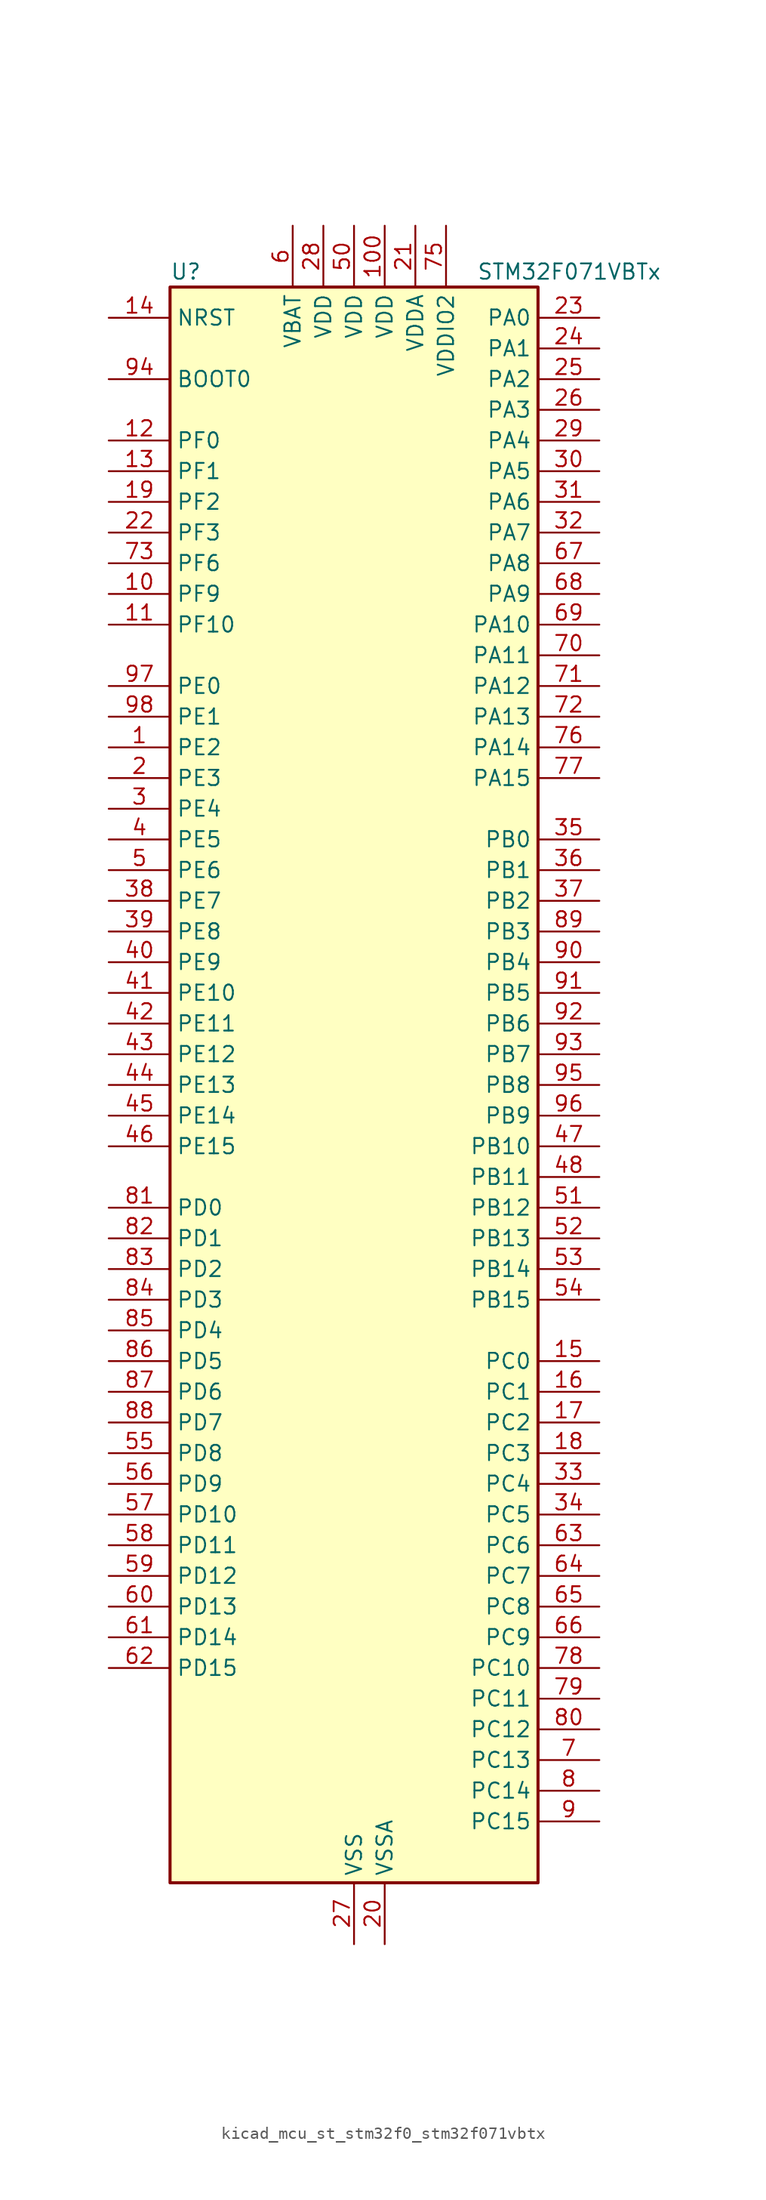
<source format=kicad_sym>
(kicad_symbol_lib
  (version 20220914)
  (generator kicad_symbol_editor)
  (symbol "kicad_mcu_st_stm32f0_stm32f071vbtx"
    (property "Reference" "U"
      (at -15.24 67.31 0)
      (effects (font (size 1.27 1.27)) (justify left)))
    (property "Value" "STM32F071VBTx"
      (at 10.16 67.31 0)
      (effects (font (size 1.27 1.27)) (justify left)))
    (property "ki_locked" ""
      (at 0 0 0)
      (effects (font (size 1.27 1.27))))
    (symbol "kicad_mcu_st_stm32f0_stm32f071vbtx_0_1"
      (rectangle (start -15.24 -66.04) (end 15.24 66.04) (stroke (width 0.254) (type default)) (fill (type background))))
    (symbol "kicad_mcu_st_stm32f0_stm32f071vbtx_1_1"
      (pin bidirectional line (at -20.32 27.94 0) (length 5.08) (name "PE2" (effects (font (size 1.27 1.27)))) (number "1" (effects (font (size 1.27 1.27)))) (alternate "TIM3_ETR" bidirectional line) (alternate "TSC_G7_IO1" bidirectional line))
      (pin bidirectional line (at -20.32 40.64 0) (length 5.08) (name "PF9" (effects (font (size 1.27 1.27)))) (number "10" (effects (font (size 1.27 1.27)))) (alternate "DAC_EXTI9" bidirectional line) (alternate "TIM15_CH1" bidirectional line))
      (pin power_in line (at 2.54 71.12 270) (length 5.08) (name "VDD" (effects (font (size 1.27 1.27)))) (number "100" (effects (font (size 1.27 1.27)))))
      (pin bidirectional line (at -20.32 38.1 0) (length 5.08) (name "PF10" (effects (font (size 1.27 1.27)))) (number "11" (effects (font (size 1.27 1.27)))) (alternate "TIM15_CH2" bidirectional line))
      (pin bidirectional line (at -20.32 53.34 0) (length 5.08) (name "PF0" (effects (font (size 1.27 1.27)))) (number "12" (effects (font (size 1.27 1.27)))) (alternate "CRS_SYNC" bidirectional line) (alternate "RCC_OSC_IN" bidirectional line))
      (pin bidirectional line (at -20.32 50.8 0) (length 5.08) (name "PF1" (effects (font (size 1.27 1.27)))) (number "13" (effects (font (size 1.27 1.27)))) (alternate "RCC_OSC_OUT" bidirectional line))
      (pin input line (at -20.32 63.5 0) (length 5.08) (name "NRST" (effects (font (size 1.27 1.27)))) (number "14" (effects (font (size 1.27 1.27)))))
      (pin bidirectional line (at 20.32 -22.86 180) (length 5.08) (name "PC0" (effects (font (size 1.27 1.27)))) (number "15" (effects (font (size 1.27 1.27)))) (alternate "ADC_IN10" bidirectional line))
      (pin bidirectional line (at 20.32 -25.4 180) (length 5.08) (name "PC1" (effects (font (size 1.27 1.27)))) (number "16" (effects (font (size 1.27 1.27)))) (alternate "ADC_IN11" bidirectional line))
      (pin bidirectional line (at 20.32 -27.94 180) (length 5.08) (name "PC2" (effects (font (size 1.27 1.27)))) (number "17" (effects (font (size 1.27 1.27)))) (alternate "ADC_IN12" bidirectional line) (alternate "I2S2_MCK" bidirectional line) (alternate "SPI2_MISO" bidirectional line))
      (pin bidirectional line (at 20.32 -30.48 180) (length 5.08) (name "PC3" (effects (font (size 1.27 1.27)))) (number "18" (effects (font (size 1.27 1.27)))) (alternate "ADC_IN13" bidirectional line) (alternate "I2S2_SD" bidirectional line) (alternate "SPI2_MOSI" bidirectional line))
      (pin bidirectional line (at -20.32 48.26 0) (length 5.08) (name "PF2" (effects (font (size 1.27 1.27)))) (number "19" (effects (font (size 1.27 1.27)))) (alternate "SYS_WKUP8" bidirectional line))
      (pin bidirectional line (at -20.32 25.4 0) (length 5.08) (name "PE3" (effects (font (size 1.27 1.27)))) (number "2" (effects (font (size 1.27 1.27)))) (alternate "TIM3_CH1" bidirectional line) (alternate "TSC_G7_IO2" bidirectional line))
      (pin power_in line (at 2.54 -71.12 90) (length 5.08) (name "VSSA" (effects (font (size 1.27 1.27)))) (number "20" (effects (font (size 1.27 1.27)))))
      (pin power_in line (at 5.08 71.12 270) (length 5.08) (name "VDDA" (effects (font (size 1.27 1.27)))) (number "21" (effects (font (size 1.27 1.27)))))
      (pin bidirectional line (at -20.32 45.72 0) (length 5.08) (name "PF3" (effects (font (size 1.27 1.27)))) (number "22" (effects (font (size 1.27 1.27)))))
      (pin bidirectional line (at 20.32 63.5 180) (length 5.08) (name "PA0" (effects (font (size 1.27 1.27)))) (number "23" (effects (font (size 1.27 1.27)))) (alternate "ADC_IN0" bidirectional line) (alternate "COMP1_INM" bidirectional line) (alternate "COMP1_OUT" bidirectional line) (alternate "RTC_TAMP2" bidirectional line) (alternate "SYS_WKUP1" bidirectional line) (alternate "TIM2_CH1" bidirectional line) (alternate "TIM2_ETR" bidirectional line) (alternate "TSC_G1_IO1" bidirectional line) (alternate "USART2_CTS" bidirectional line) (alternate "USART4_TX" bidirectional line))
      (pin bidirectional line (at 20.32 60.96 180) (length 5.08) (name "PA1" (effects (font (size 1.27 1.27)))) (number "24" (effects (font (size 1.27 1.27)))) (alternate "ADC_IN1" bidirectional line) (alternate "COMP1_INP" bidirectional line) (alternate "TIM15_CH1N" bidirectional line) (alternate "TIM2_CH2" bidirectional line) (alternate "TSC_G1_IO2" bidirectional line) (alternate "USART2_DE" bidirectional line) (alternate "USART2_RTS" bidirectional line) (alternate "USART4_RX" bidirectional line))
      (pin bidirectional line (at 20.32 58.42 180) (length 5.08) (name "PA2" (effects (font (size 1.27 1.27)))) (number "25" (effects (font (size 1.27 1.27)))) (alternate "ADC_IN2" bidirectional line) (alternate "COMP2_INM" bidirectional line) (alternate "COMP2_OUT" bidirectional line) (alternate "SYS_WKUP4" bidirectional line) (alternate "TIM15_CH1" bidirectional line) (alternate "TIM2_CH3" bidirectional line) (alternate "TSC_G1_IO3" bidirectional line) (alternate "USART2_TX" bidirectional line))
      (pin bidirectional line (at 20.32 55.88 180) (length 5.08) (name "PA3" (effects (font (size 1.27 1.27)))) (number "26" (effects (font (size 1.27 1.27)))) (alternate "ADC_IN3" bidirectional line) (alternate "COMP2_INP" bidirectional line) (alternate "TIM15_CH2" bidirectional line) (alternate "TIM2_CH4" bidirectional line) (alternate "TSC_G1_IO4" bidirectional line) (alternate "USART2_RX" bidirectional line))
      (pin power_in line (at 0 -71.12 90) (length 5.08) (name "VSS" (effects (font (size 1.27 1.27)))) (number "27" (effects (font (size 1.27 1.27)))))
      (pin power_in line (at -2.54 71.12 270) (length 5.08) (name "VDD" (effects (font (size 1.27 1.27)))) (number "28" (effects (font (size 1.27 1.27)))))
      (pin bidirectional line (at 20.32 53.34 180) (length 5.08) (name "PA4" (effects (font (size 1.27 1.27)))) (number "29" (effects (font (size 1.27 1.27)))) (alternate "ADC_IN4" bidirectional line) (alternate "COMP1_INM" bidirectional line) (alternate "COMP2_INM" bidirectional line) (alternate "DAC_OUT1" bidirectional line) (alternate "I2S1_WS" bidirectional line) (alternate "SPI1_NSS" bidirectional line) (alternate "TIM14_CH1" bidirectional line) (alternate "TSC_G2_IO1" bidirectional line) (alternate "USART2_CK" bidirectional line))
      (pin bidirectional line (at -20.32 22.86 0) (length 5.08) (name "PE4" (effects (font (size 1.27 1.27)))) (number "3" (effects (font (size 1.27 1.27)))) (alternate "TIM3_CH2" bidirectional line) (alternate "TSC_G7_IO3" bidirectional line))
      (pin bidirectional line (at 20.32 50.8 180) (length 5.08) (name "PA5" (effects (font (size 1.27 1.27)))) (number "30" (effects (font (size 1.27 1.27)))) (alternate "ADC_IN5" bidirectional line) (alternate "CEC" bidirectional line) (alternate "COMP1_INM" bidirectional line) (alternate "COMP2_INM" bidirectional line) (alternate "DAC_OUT2" bidirectional line) (alternate "I2S1_CK" bidirectional line) (alternate "SPI1_SCK" bidirectional line) (alternate "TIM2_CH1" bidirectional line) (alternate "TIM2_ETR" bidirectional line) (alternate "TSC_G2_IO2" bidirectional line))
      (pin bidirectional line (at 20.32 48.26 180) (length 5.08) (name "PA6" (effects (font (size 1.27 1.27)))) (number "31" (effects (font (size 1.27 1.27)))) (alternate "ADC_IN6" bidirectional line) (alternate "COMP1_OUT" bidirectional line) (alternate "I2S1_MCK" bidirectional line) (alternate "SPI1_MISO" bidirectional line) (alternate "TIM16_CH1" bidirectional line) (alternate "TIM1_BKIN" bidirectional line) (alternate "TIM3_CH1" bidirectional line) (alternate "TSC_G2_IO3" bidirectional line) (alternate "USART3_CTS" bidirectional line))
      (pin bidirectional line (at 20.32 45.72 180) (length 5.08) (name "PA7" (effects (font (size 1.27 1.27)))) (number "32" (effects (font (size 1.27 1.27)))) (alternate "ADC_IN7" bidirectional line) (alternate "COMP2_OUT" bidirectional line) (alternate "I2S1_SD" bidirectional line) (alternate "SPI1_MOSI" bidirectional line) (alternate "TIM14_CH1" bidirectional line) (alternate "TIM17_CH1" bidirectional line) (alternate "TIM1_CH1N" bidirectional line) (alternate "TIM3_CH2" bidirectional line) (alternate "TSC_G2_IO4" bidirectional line))
      (pin bidirectional line (at 20.32 -33.02 180) (length 5.08) (name "PC4" (effects (font (size 1.27 1.27)))) (number "33" (effects (font (size 1.27 1.27)))) (alternate "ADC_IN14" bidirectional line) (alternate "USART3_TX" bidirectional line))
      (pin bidirectional line (at 20.32 -35.56 180) (length 5.08) (name "PC5" (effects (font (size 1.27 1.27)))) (number "34" (effects (font (size 1.27 1.27)))) (alternate "ADC_IN15" bidirectional line) (alternate "SYS_WKUP5" bidirectional line) (alternate "TSC_G3_IO1" bidirectional line) (alternate "USART3_RX" bidirectional line))
      (pin bidirectional line (at 20.32 20.32 180) (length 5.08) (name "PB0" (effects (font (size 1.27 1.27)))) (number "35" (effects (font (size 1.27 1.27)))) (alternate "ADC_IN8" bidirectional line) (alternate "TIM1_CH2N" bidirectional line) (alternate "TIM3_CH3" bidirectional line) (alternate "TSC_G3_IO2" bidirectional line) (alternate "USART3_CK" bidirectional line))
      (pin bidirectional line (at 20.32 17.78 180) (length 5.08) (name "PB1" (effects (font (size 1.27 1.27)))) (number "36" (effects (font (size 1.27 1.27)))) (alternate "ADC_IN9" bidirectional line) (alternate "TIM14_CH1" bidirectional line) (alternate "TIM1_CH3N" bidirectional line) (alternate "TIM3_CH4" bidirectional line) (alternate "TSC_G3_IO3" bidirectional line) (alternate "USART3_DE" bidirectional line) (alternate "USART3_RTS" bidirectional line))
      (pin bidirectional line (at 20.32 15.24 180) (length 5.08) (name "PB2" (effects (font (size 1.27 1.27)))) (number "37" (effects (font (size 1.27 1.27)))) (alternate "TSC_G3_IO4" bidirectional line))
      (pin bidirectional line (at -20.32 15.24 0) (length 5.08) (name "PE7" (effects (font (size 1.27 1.27)))) (number "38" (effects (font (size 1.27 1.27)))) (alternate "TIM1_ETR" bidirectional line))
      (pin bidirectional line (at -20.32 12.7 0) (length 5.08) (name "PE8" (effects (font (size 1.27 1.27)))) (number "39" (effects (font (size 1.27 1.27)))) (alternate "TIM1_CH1N" bidirectional line))
      (pin bidirectional line (at -20.32 20.32 0) (length 5.08) (name "PE5" (effects (font (size 1.27 1.27)))) (number "4" (effects (font (size 1.27 1.27)))) (alternate "TIM3_CH3" bidirectional line) (alternate "TSC_G7_IO4" bidirectional line))
      (pin bidirectional line (at -20.32 10.16 0) (length 5.08) (name "PE9" (effects (font (size 1.27 1.27)))) (number "40" (effects (font (size 1.27 1.27)))) (alternate "DAC_EXTI9" bidirectional line) (alternate "TIM1_CH1" bidirectional line))
      (pin bidirectional line (at -20.32 7.62 0) (length 5.08) (name "PE10" (effects (font (size 1.27 1.27)))) (number "41" (effects (font (size 1.27 1.27)))) (alternate "TIM1_CH2N" bidirectional line))
      (pin bidirectional line (at -20.32 5.08 0) (length 5.08) (name "PE11" (effects (font (size 1.27 1.27)))) (number "42" (effects (font (size 1.27 1.27)))) (alternate "TIM1_CH2" bidirectional line))
      (pin bidirectional line (at -20.32 2.54 0) (length 5.08) (name "PE12" (effects (font (size 1.27 1.27)))) (number "43" (effects (font (size 1.27 1.27)))) (alternate "I2S1_WS" bidirectional line) (alternate "SPI1_NSS" bidirectional line) (alternate "TIM1_CH3N" bidirectional line))
      (pin bidirectional line (at -20.32 0 0) (length 5.08) (name "PE13" (effects (font (size 1.27 1.27)))) (number "44" (effects (font (size 1.27 1.27)))) (alternate "I2S1_CK" bidirectional line) (alternate "SPI1_SCK" bidirectional line) (alternate "TIM1_CH3" bidirectional line))
      (pin bidirectional line (at -20.32 -2.54 0) (length 5.08) (name "PE14" (effects (font (size 1.27 1.27)))) (number "45" (effects (font (size 1.27 1.27)))) (alternate "I2S1_MCK" bidirectional line) (alternate "SPI1_MISO" bidirectional line) (alternate "TIM1_CH4" bidirectional line))
      (pin bidirectional line (at -20.32 -5.08 0) (length 5.08) (name "PE15" (effects (font (size 1.27 1.27)))) (number "46" (effects (font (size 1.27 1.27)))) (alternate "I2S1_SD" bidirectional line) (alternate "SPI1_MOSI" bidirectional line) (alternate "TIM1_BKIN" bidirectional line))
      (pin bidirectional line (at 20.32 -5.08 180) (length 5.08) (name "PB10" (effects (font (size 1.27 1.27)))) (number "47" (effects (font (size 1.27 1.27)))) (alternate "CEC" bidirectional line) (alternate "I2C2_SCL" bidirectional line) (alternate "I2S2_CK" bidirectional line) (alternate "SPI2_SCK" bidirectional line) (alternate "TIM2_CH3" bidirectional line) (alternate "TSC_SYNC" bidirectional line) (alternate "USART3_TX" bidirectional line))
      (pin bidirectional line (at 20.32 -7.62 180) (length 5.08) (name "PB11" (effects (font (size 1.27 1.27)))) (number "48" (effects (font (size 1.27 1.27)))) (alternate "I2C2_SDA" bidirectional line) (alternate "TIM2_CH4" bidirectional line) (alternate "TSC_G6_IO1" bidirectional line) (alternate "USART3_RX" bidirectional line))
      (pin passive line (at 0 -71.12 90) (length 5.08) hide (name "VSS" (effects (font (size 1.27 1.27)))) (number "49" (effects (font (size 1.27 1.27)))))
      (pin bidirectional line (at -20.32 17.78 0) (length 5.08) (name "PE6" (effects (font (size 1.27 1.27)))) (number "5" (effects (font (size 1.27 1.27)))) (alternate "RTC_TAMP3" bidirectional line) (alternate "SYS_WKUP3" bidirectional line) (alternate "TIM3_CH4" bidirectional line))
      (pin power_in line (at 0 71.12 270) (length 5.08) (name "VDD" (effects (font (size 1.27 1.27)))) (number "50" (effects (font (size 1.27 1.27)))))
      (pin bidirectional line (at 20.32 -10.16 180) (length 5.08) (name "PB12" (effects (font (size 1.27 1.27)))) (number "51" (effects (font (size 1.27 1.27)))) (alternate "I2S2_WS" bidirectional line) (alternate "SPI2_NSS" bidirectional line) (alternate "TIM15_BKIN" bidirectional line) (alternate "TIM1_BKIN" bidirectional line) (alternate "TSC_G6_IO2" bidirectional line) (alternate "USART3_CK" bidirectional line))
      (pin bidirectional line (at 20.32 -12.7 180) (length 5.08) (name "PB13" (effects (font (size 1.27 1.27)))) (number "52" (effects (font (size 1.27 1.27)))) (alternate "I2C2_SCL" bidirectional line) (alternate "I2S2_CK" bidirectional line) (alternate "SPI2_SCK" bidirectional line) (alternate "TIM1_CH1N" bidirectional line) (alternate "TSC_G6_IO3" bidirectional line) (alternate "USART3_CTS" bidirectional line))
      (pin bidirectional line (at 20.32 -15.24 180) (length 5.08) (name "PB14" (effects (font (size 1.27 1.27)))) (number "53" (effects (font (size 1.27 1.27)))) (alternate "I2C2_SDA" bidirectional line) (alternate "I2S2_MCK" bidirectional line) (alternate "SPI2_MISO" bidirectional line) (alternate "TIM15_CH1" bidirectional line) (alternate "TIM1_CH2N" bidirectional line) (alternate "TSC_G6_IO4" bidirectional line) (alternate "USART3_DE" bidirectional line) (alternate "USART3_RTS" bidirectional line))
      (pin bidirectional line (at 20.32 -17.78 180) (length 5.08) (name "PB15" (effects (font (size 1.27 1.27)))) (number "54" (effects (font (size 1.27 1.27)))) (alternate "I2S2_SD" bidirectional line) (alternate "RTC_REFIN" bidirectional line) (alternate "SPI2_MOSI" bidirectional line) (alternate "SYS_WKUP7" bidirectional line) (alternate "TIM15_CH1N" bidirectional line) (alternate "TIM15_CH2" bidirectional line) (alternate "TIM1_CH3N" bidirectional line))
      (pin bidirectional line (at -20.32 -30.48 0) (length 5.08) (name "PD8" (effects (font (size 1.27 1.27)))) (number "55" (effects (font (size 1.27 1.27)))) (alternate "USART3_TX" bidirectional line))
      (pin bidirectional line (at -20.32 -33.02 0) (length 5.08) (name "PD9" (effects (font (size 1.27 1.27)))) (number "56" (effects (font (size 1.27 1.27)))) (alternate "DAC_EXTI9" bidirectional line) (alternate "USART3_RX" bidirectional line))
      (pin bidirectional line (at -20.32 -35.56 0) (length 5.08) (name "PD10" (effects (font (size 1.27 1.27)))) (number "57" (effects (font (size 1.27 1.27)))) (alternate "USART3_CK" bidirectional line))
      (pin bidirectional line (at -20.32 -38.1 0) (length 5.08) (name "PD11" (effects (font (size 1.27 1.27)))) (number "58" (effects (font (size 1.27 1.27)))) (alternate "USART3_CTS" bidirectional line))
      (pin bidirectional line (at -20.32 -40.64 0) (length 5.08) (name "PD12" (effects (font (size 1.27 1.27)))) (number "59" (effects (font (size 1.27 1.27)))) (alternate "TSC_G8_IO1" bidirectional line) (alternate "USART3_DE" bidirectional line) (alternate "USART3_RTS" bidirectional line))
      (pin power_in line (at -5.08 71.12 270) (length 5.08) (name "VBAT" (effects (font (size 1.27 1.27)))) (number "6" (effects (font (size 1.27 1.27)))))
      (pin bidirectional line (at -20.32 -43.18 0) (length 5.08) (name "PD13" (effects (font (size 1.27 1.27)))) (number "60" (effects (font (size 1.27 1.27)))) (alternate "TSC_G8_IO2" bidirectional line))
      (pin bidirectional line (at -20.32 -45.72 0) (length 5.08) (name "PD14" (effects (font (size 1.27 1.27)))) (number "61" (effects (font (size 1.27 1.27)))) (alternate "TSC_G8_IO3" bidirectional line))
      (pin bidirectional line (at -20.32 -48.26 0) (length 5.08) (name "PD15" (effects (font (size 1.27 1.27)))) (number "62" (effects (font (size 1.27 1.27)))) (alternate "CRS_SYNC" bidirectional line) (alternate "TSC_G8_IO4" bidirectional line))
      (pin bidirectional line (at 20.32 -38.1 180) (length 5.08) (name "PC6" (effects (font (size 1.27 1.27)))) (number "63" (effects (font (size 1.27 1.27)))) (alternate "TIM3_CH1" bidirectional line))
      (pin bidirectional line (at 20.32 -40.64 180) (length 5.08) (name "PC7" (effects (font (size 1.27 1.27)))) (number "64" (effects (font (size 1.27 1.27)))) (alternate "TIM3_CH2" bidirectional line))
      (pin bidirectional line (at 20.32 -43.18 180) (length 5.08) (name "PC8" (effects (font (size 1.27 1.27)))) (number "65" (effects (font (size 1.27 1.27)))) (alternate "TIM3_CH3" bidirectional line))
      (pin bidirectional line (at 20.32 -45.72 180) (length 5.08) (name "PC9" (effects (font (size 1.27 1.27)))) (number "66" (effects (font (size 1.27 1.27)))) (alternate "DAC_EXTI9" bidirectional line) (alternate "TIM3_CH4" bidirectional line))
      (pin bidirectional line (at 20.32 43.18 180) (length 5.08) (name "PA8" (effects (font (size 1.27 1.27)))) (number "67" (effects (font (size 1.27 1.27)))) (alternate "CRS_SYNC" bidirectional line) (alternate "RCC_MCO" bidirectional line) (alternate "TIM1_CH1" bidirectional line) (alternate "USART1_CK" bidirectional line))
      (pin bidirectional line (at 20.32 40.64 180) (length 5.08) (name "PA9" (effects (font (size 1.27 1.27)))) (number "68" (effects (font (size 1.27 1.27)))) (alternate "DAC_EXTI9" bidirectional line) (alternate "TIM15_BKIN" bidirectional line) (alternate "TIM1_CH2" bidirectional line) (alternate "TSC_G4_IO1" bidirectional line) (alternate "USART1_TX" bidirectional line))
      (pin bidirectional line (at 20.32 38.1 180) (length 5.08) (name "PA10" (effects (font (size 1.27 1.27)))) (number "69" (effects (font (size 1.27 1.27)))) (alternate "TIM17_BKIN" bidirectional line) (alternate "TIM1_CH3" bidirectional line) (alternate "TSC_G4_IO2" bidirectional line) (alternate "USART1_RX" bidirectional line))
      (pin bidirectional line (at 20.32 -55.88 180) (length 5.08) (name "PC13" (effects (font (size 1.27 1.27)))) (number "7" (effects (font (size 1.27 1.27)))) (alternate "RTC_OUT_ALARM" bidirectional line) (alternate "RTC_OUT_CALIB" bidirectional line) (alternate "RTC_TAMP1" bidirectional line) (alternate "RTC_TS" bidirectional line) (alternate "SYS_WKUP2" bidirectional line))
      (pin bidirectional line (at 20.32 35.56 180) (length 5.08) (name "PA11" (effects (font (size 1.27 1.27)))) (number "70" (effects (font (size 1.27 1.27)))) (alternate "COMP1_OUT" bidirectional line) (alternate "TIM1_CH4" bidirectional line) (alternate "TSC_G4_IO3" bidirectional line) (alternate "USART1_CTS" bidirectional line))
      (pin bidirectional line (at 20.32 33.02 180) (length 5.08) (name "PA12" (effects (font (size 1.27 1.27)))) (number "71" (effects (font (size 1.27 1.27)))) (alternate "COMP2_OUT" bidirectional line) (alternate "TIM1_ETR" bidirectional line) (alternate "TSC_G4_IO4" bidirectional line) (alternate "USART1_DE" bidirectional line) (alternate "USART1_RTS" bidirectional line))
      (pin bidirectional line (at 20.32 30.48 180) (length 5.08) (name "PA13" (effects (font (size 1.27 1.27)))) (number "72" (effects (font (size 1.27 1.27)))) (alternate "IR_OUT" bidirectional line) (alternate "SYS_SWDIO" bidirectional line))
      (pin bidirectional line (at -20.32 43.18 0) (length 5.08) (name "PF6" (effects (font (size 1.27 1.27)))) (number "73" (effects (font (size 1.27 1.27)))))
      (pin passive line (at 0 -71.12 90) (length 5.08) hide (name "VSS" (effects (font (size 1.27 1.27)))) (number "74" (effects (font (size 1.27 1.27)))))
      (pin power_in line (at 7.62 71.12 270) (length 5.08) (name "VDDIO2" (effects (font (size 1.27 1.27)))) (number "75" (effects (font (size 1.27 1.27)))))
      (pin bidirectional line (at 20.32 27.94 180) (length 5.08) (name "PA14" (effects (font (size 1.27 1.27)))) (number "76" (effects (font (size 1.27 1.27)))) (alternate "SYS_SWCLK" bidirectional line) (alternate "USART2_TX" bidirectional line))
      (pin bidirectional line (at 20.32 25.4 180) (length 5.08) (name "PA15" (effects (font (size 1.27 1.27)))) (number "77" (effects (font (size 1.27 1.27)))) (alternate "I2S1_WS" bidirectional line) (alternate "SPI1_NSS" bidirectional line) (alternate "TIM2_CH1" bidirectional line) (alternate "TIM2_ETR" bidirectional line) (alternate "USART2_RX" bidirectional line) (alternate "USART4_DE" bidirectional line) (alternate "USART4_RTS" bidirectional line))
      (pin bidirectional line (at 20.32 -48.26 180) (length 5.08) (name "PC10" (effects (font (size 1.27 1.27)))) (number "78" (effects (font (size 1.27 1.27)))) (alternate "USART3_TX" bidirectional line) (alternate "USART4_TX" bidirectional line))
      (pin bidirectional line (at 20.32 -50.8 180) (length 5.08) (name "PC11" (effects (font (size 1.27 1.27)))) (number "79" (effects (font (size 1.27 1.27)))) (alternate "USART3_RX" bidirectional line) (alternate "USART4_RX" bidirectional line))
      (pin bidirectional line (at 20.32 -58.42 180) (length 5.08) (name "PC14" (effects (font (size 1.27 1.27)))) (number "8" (effects (font (size 1.27 1.27)))) (alternate "RCC_OSC32_IN" bidirectional line))
      (pin bidirectional line (at 20.32 -53.34 180) (length 5.08) (name "PC12" (effects (font (size 1.27 1.27)))) (number "80" (effects (font (size 1.27 1.27)))) (alternate "USART3_CK" bidirectional line) (alternate "USART4_CK" bidirectional line))
      (pin bidirectional line (at -20.32 -10.16 0) (length 5.08) (name "PD0" (effects (font (size 1.27 1.27)))) (number "81" (effects (font (size 1.27 1.27)))) (alternate "I2S2_WS" bidirectional line) (alternate "SPI2_NSS" bidirectional line))
      (pin bidirectional line (at -20.32 -12.7 0) (length 5.08) (name "PD1" (effects (font (size 1.27 1.27)))) (number "82" (effects (font (size 1.27 1.27)))) (alternate "I2S2_CK" bidirectional line) (alternate "SPI2_SCK" bidirectional line))
      (pin bidirectional line (at -20.32 -15.24 0) (length 5.08) (name "PD2" (effects (font (size 1.27 1.27)))) (number "83" (effects (font (size 1.27 1.27)))) (alternate "TIM3_ETR" bidirectional line) (alternate "USART3_DE" bidirectional line) (alternate "USART3_RTS" bidirectional line))
      (pin bidirectional line (at -20.32 -17.78 0) (length 5.08) (name "PD3" (effects (font (size 1.27 1.27)))) (number "84" (effects (font (size 1.27 1.27)))) (alternate "I2S2_MCK" bidirectional line) (alternate "SPI2_MISO" bidirectional line) (alternate "USART2_CTS" bidirectional line))
      (pin bidirectional line (at -20.32 -20.32 0) (length 5.08) (name "PD4" (effects (font (size 1.27 1.27)))) (number "85" (effects (font (size 1.27 1.27)))) (alternate "I2S2_SD" bidirectional line) (alternate "SPI2_MOSI" bidirectional line) (alternate "USART2_DE" bidirectional line) (alternate "USART2_RTS" bidirectional line))
      (pin bidirectional line (at -20.32 -22.86 0) (length 5.08) (name "PD5" (effects (font (size 1.27 1.27)))) (number "86" (effects (font (size 1.27 1.27)))) (alternate "USART2_TX" bidirectional line))
      (pin bidirectional line (at -20.32 -25.4 0) (length 5.08) (name "PD6" (effects (font (size 1.27 1.27)))) (number "87" (effects (font (size 1.27 1.27)))) (alternate "USART2_RX" bidirectional line))
      (pin bidirectional line (at -20.32 -27.94 0) (length 5.08) (name "PD7" (effects (font (size 1.27 1.27)))) (number "88" (effects (font (size 1.27 1.27)))) (alternate "USART2_CK" bidirectional line))
      (pin bidirectional line (at 20.32 12.7 180) (length 5.08) (name "PB3" (effects (font (size 1.27 1.27)))) (number "89" (effects (font (size 1.27 1.27)))) (alternate "I2S1_CK" bidirectional line) (alternate "SPI1_SCK" bidirectional line) (alternate "TIM2_CH2" bidirectional line) (alternate "TSC_G5_IO1" bidirectional line))
      (pin bidirectional line (at 20.32 -60.96 180) (length 5.08) (name "PC15" (effects (font (size 1.27 1.27)))) (number "9" (effects (font (size 1.27 1.27)))) (alternate "RCC_OSC32_OUT" bidirectional line))
      (pin bidirectional line (at 20.32 10.16 180) (length 5.08) (name "PB4" (effects (font (size 1.27 1.27)))) (number "90" (effects (font (size 1.27 1.27)))) (alternate "I2S1_MCK" bidirectional line) (alternate "SPI1_MISO" bidirectional line) (alternate "TIM17_BKIN" bidirectional line) (alternate "TIM3_CH1" bidirectional line) (alternate "TSC_G5_IO2" bidirectional line))
      (pin bidirectional line (at 20.32 7.62 180) (length 5.08) (name "PB5" (effects (font (size 1.27 1.27)))) (number "91" (effects (font (size 1.27 1.27)))) (alternate "I2C1_SMBA" bidirectional line) (alternate "I2S1_SD" bidirectional line) (alternate "SPI1_MOSI" bidirectional line) (alternate "SYS_WKUP6" bidirectional line) (alternate "TIM16_BKIN" bidirectional line) (alternate "TIM3_CH2" bidirectional line))
      (pin bidirectional line (at 20.32 5.08 180) (length 5.08) (name "PB6" (effects (font (size 1.27 1.27)))) (number "92" (effects (font (size 1.27 1.27)))) (alternate "I2C1_SCL" bidirectional line) (alternate "TIM16_CH1N" bidirectional line) (alternate "TSC_G5_IO3" bidirectional line) (alternate "USART1_TX" bidirectional line))
      (pin bidirectional line (at 20.32 2.54 180) (length 5.08) (name "PB7" (effects (font (size 1.27 1.27)))) (number "93" (effects (font (size 1.27 1.27)))) (alternate "I2C1_SDA" bidirectional line) (alternate "TIM17_CH1N" bidirectional line) (alternate "TSC_G5_IO4" bidirectional line) (alternate "USART1_RX" bidirectional line) (alternate "USART4_CTS" bidirectional line))
      (pin input line (at -20.32 58.42 0) (length 5.08) (name "BOOT0" (effects (font (size 1.27 1.27)))) (number "94" (effects (font (size 1.27 1.27)))))
      (pin bidirectional line (at 20.32 0 180) (length 5.08) (name "PB8" (effects (font (size 1.27 1.27)))) (number "95" (effects (font (size 1.27 1.27)))) (alternate "CEC" bidirectional line) (alternate "I2C1_SCL" bidirectional line) (alternate "TIM16_CH1" bidirectional line) (alternate "TSC_SYNC" bidirectional line))
      (pin bidirectional line (at 20.32 -2.54 180) (length 5.08) (name "PB9" (effects (font (size 1.27 1.27)))) (number "96" (effects (font (size 1.27 1.27)))) (alternate "DAC_EXTI9" bidirectional line) (alternate "I2C1_SDA" bidirectional line) (alternate "I2S2_WS" bidirectional line) (alternate "IR_OUT" bidirectional line) (alternate "SPI2_NSS" bidirectional line) (alternate "TIM17_CH1" bidirectional line))
      (pin bidirectional line (at -20.32 33.02 0) (length 5.08) (name "PE0" (effects (font (size 1.27 1.27)))) (number "97" (effects (font (size 1.27 1.27)))) (alternate "TIM16_CH1" bidirectional line))
      (pin bidirectional line (at -20.32 30.48 0) (length 5.08) (name "PE1" (effects (font (size 1.27 1.27)))) (number "98" (effects (font (size 1.27 1.27)))) (alternate "TIM17_CH1" bidirectional line))
      (pin passive line (at 0 -71.12 90) (length 5.08) hide (name "VSS" (effects (font (size 1.27 1.27)))) (number "99" (effects (font (size 1.27 1.27))))))))
</source>
